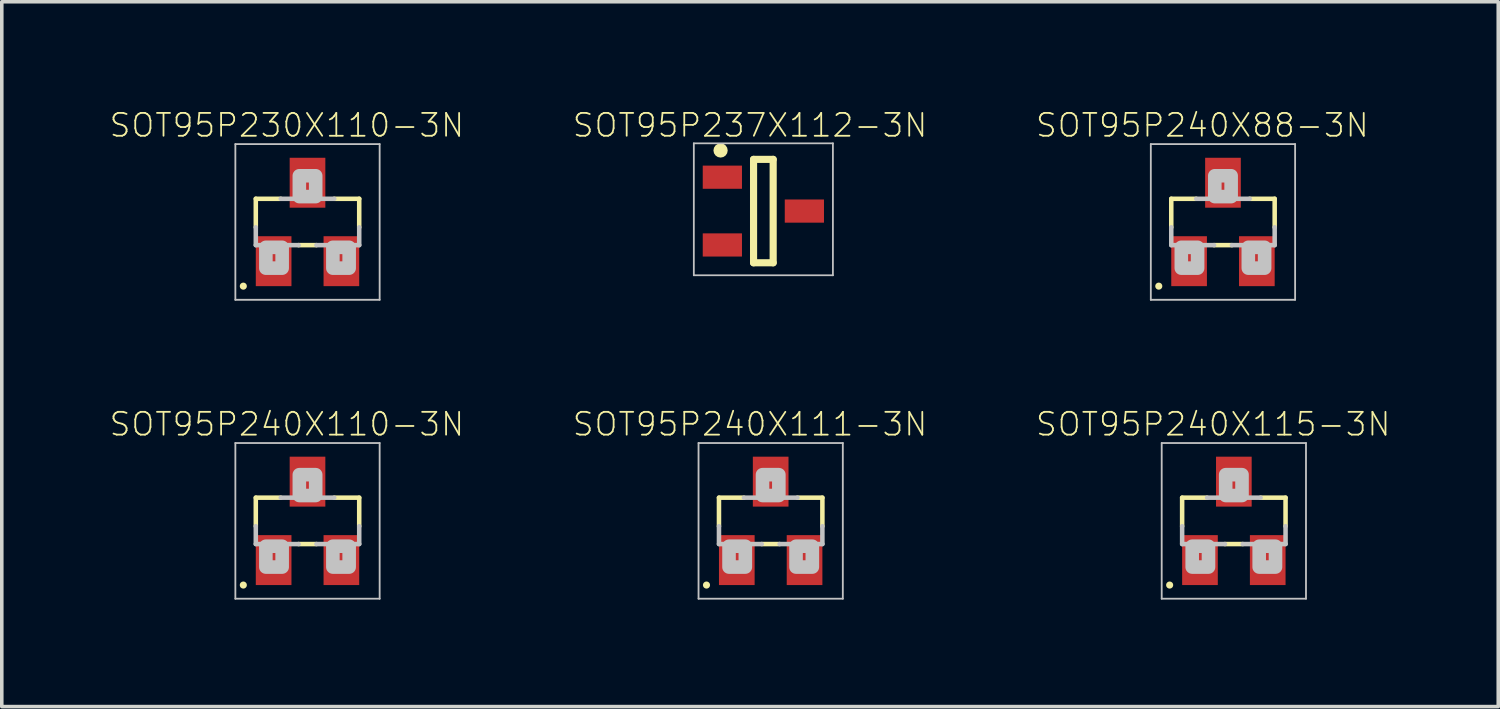
<source format=kicad_pcb>
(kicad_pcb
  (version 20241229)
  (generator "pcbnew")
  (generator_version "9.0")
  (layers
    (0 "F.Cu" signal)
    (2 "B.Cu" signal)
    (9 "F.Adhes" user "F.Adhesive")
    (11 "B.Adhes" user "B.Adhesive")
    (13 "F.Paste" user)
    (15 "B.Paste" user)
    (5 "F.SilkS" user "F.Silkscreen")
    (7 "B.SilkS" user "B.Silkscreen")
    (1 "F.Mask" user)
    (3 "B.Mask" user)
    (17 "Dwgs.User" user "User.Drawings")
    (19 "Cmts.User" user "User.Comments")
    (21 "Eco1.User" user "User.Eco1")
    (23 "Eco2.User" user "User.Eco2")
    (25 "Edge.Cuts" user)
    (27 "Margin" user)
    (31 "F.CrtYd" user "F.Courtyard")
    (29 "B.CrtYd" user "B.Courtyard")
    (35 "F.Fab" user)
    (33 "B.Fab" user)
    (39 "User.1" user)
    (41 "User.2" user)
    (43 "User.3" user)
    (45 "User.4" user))
  (footprint "SOT95P230X110-3N"
    (layer "F.Cu")
    (at 5.573 3.174)
    (property "Reference" "SOT95P230X110-3N" (at -0.579 -2.711 0) (layer "F.SilkS") (effects (font (size 0.64 0.64) (thickness 0.05))))
    (attr smd)
    (fp_line (start -1.45 -0.65) (end -1.45 0.15) (stroke (width 0.127) (type solid)) (layer "F.SilkS"))
    (fp_line (start -1.45 -0.65) (end -0.75 -0.65) (stroke (width 0.127) (type solid)) (layer "F.SilkS"))
    (fp_line (start -0.25 0.65) (end 0.25 0.65) (stroke (width 0.127) (type solid)) (layer "F.SilkS"))
    (fp_line (start 1.45 -0.65) (end 0.75 -0.65) (stroke (width 0.127) (type solid)) (layer "F.SilkS"))
    (fp_line (start 1.45 -0.65) (end 1.45 0.15) (stroke (width 0.127) (type solid)) (layer "F.SilkS"))
    (fp_circle (center -1.8 1.8) (end -1.7 1.8) (stroke (width 0) (type solid)) (fill yes) (layer "F.SilkS"))
    (fp_line (start -2.023 -2.183) (end 2.023 -2.183) (stroke (width 0.051) (type solid)) (layer "Dwgs.User"))
    (fp_line (start -2.023 2.183) (end -2.023 -2.183) (stroke (width 0.051) (type solid)) (layer "Dwgs.User"))
    (fp_line (start -1.45 0.15) (end -1.45 0.65) (stroke (width 0.127) (type solid)) (layer "Dwgs.User"))
    (fp_line (start -1.45 0.65) (end -0.25 0.65) (stroke (width 0.127) (type solid)) (layer "Dwgs.User"))
    (fp_line (start -0.75 -0.65) (end 0.75 -0.65) (stroke (width 0.127) (type solid)) (layer "Dwgs.User"))
    (fp_line (start 0.25 0.65) (end 1.45 0.65) (stroke (width 0.127) (type solid)) (layer "Dwgs.User"))
    (fp_line (start 1.45 0.65) (end 1.45 0.15) (stroke (width 0.127) (type solid)) (layer "Dwgs.User"))
    (fp_line (start 2.023 -2.183) (end 2.023 2.183) (stroke (width 0.051) (type solid)) (layer "Dwgs.User"))
    (fp_line (start 2.023 2.183) (end -2.023 2.183) (stroke (width 0.051) (type solid)) (layer "Dwgs.User"))
    (fp_poly (pts (xy -1.168 0.711) (xy -0.711 0.711) (xy -0.711 1.295) (xy -1.168 1.295)) (stroke (width 0.381) (type solid)) (fill no) (layer "Dwgs.User"))
    (fp_poly (pts (xy -0.229 -1.295) (xy 0.229 -1.295) (xy 0.229 -0.711) (xy -0.229 -0.711)) (stroke (width 0.381) (type solid)) (fill no) (layer "Dwgs.User"))
    (fp_poly (pts (xy 0.711 0.711) (xy 1.168 0.711) (xy 1.168 1.295) (xy 0.711 1.295)) (stroke (width 0.381) (type solid)) (fill no) (layer "Dwgs.User"))
    (pad "1" smd rect (at -0.95 1.1) (size 1 1.4) (layers "F.Cu" "F.Mask" "F.Paste"))
    (pad "2" smd rect (at 0.95 1.1) (size 1 1.4) (layers "F.Cu" "F.Mask" "F.Paste"))
    (pad "3" smd rect (at 0 -1.1) (size 1 1.4) (layers "F.Cu" "F.Mask" "F.Paste")))
  (footprint "SOT95P240X111-3N"
    (layer "F.Cu")
    (at 18.561 11.556)
    (property "Reference" "SOT95P240X111-3N" (at -0.579 -2.711 0) (layer "F.SilkS") (effects (font (size 0.64 0.64) (thickness 0.05))))
    (attr smd)
    (fp_line (start -1.45 -0.65) (end -1.45 0.15) (stroke (width 0.127) (type solid)) (layer "F.SilkS"))
    (fp_line (start -1.45 -0.65) (end -0.75 -0.65) (stroke (width 0.127) (type solid)) (layer "F.SilkS"))
    (fp_line (start -0.25 0.65) (end 0.25 0.65) (stroke (width 0.127) (type solid)) (layer "F.SilkS"))
    (fp_line (start 1.45 -0.65) (end 0.75 -0.65) (stroke (width 0.127) (type solid)) (layer "F.SilkS"))
    (fp_line (start 1.45 -0.65) (end 1.45 0.15) (stroke (width 0.127) (type solid)) (layer "F.SilkS"))
    (fp_circle (center -1.8 1.8) (end -1.7 1.8) (stroke (width 0) (type solid)) (fill yes) (layer "F.SilkS"))
    (fp_line (start -2.023 -2.183) (end 2.023 -2.183) (stroke (width 0.051) (type solid)) (layer "Dwgs.User"))
    (fp_line (start -2.023 2.183) (end -2.023 -2.183) (stroke (width 0.051) (type solid)) (layer "Dwgs.User"))
    (fp_line (start -1.45 0.15) (end -1.45 0.65) (stroke (width 0.127) (type solid)) (layer "Dwgs.User"))
    (fp_line (start -1.45 0.65) (end -0.25 0.65) (stroke (width 0.127) (type solid)) (layer "Dwgs.User"))
    (fp_line (start -0.75 -0.65) (end 0.75 -0.65) (stroke (width 0.127) (type solid)) (layer "Dwgs.User"))
    (fp_line (start 0.25 0.65) (end 1.45 0.65) (stroke (width 0.127) (type solid)) (layer "Dwgs.User"))
    (fp_line (start 1.45 0.65) (end 1.45 0.15) (stroke (width 0.127) (type solid)) (layer "Dwgs.User"))
    (fp_line (start 2.023 -2.183) (end 2.023 2.183) (stroke (width 0.051) (type solid)) (layer "Dwgs.User"))
    (fp_line (start 2.023 2.183) (end -2.023 2.183) (stroke (width 0.051) (type solid)) (layer "Dwgs.User"))
    (fp_poly (pts (xy -1.168 0.711) (xy -0.711 0.711) (xy -0.711 1.295) (xy -1.168 1.295)) (stroke (width 0.381) (type solid)) (fill no) (layer "Dwgs.User"))
    (fp_poly (pts (xy -0.229 -1.295) (xy 0.229 -1.295) (xy 0.229 -0.711) (xy -0.229 -0.711)) (stroke (width 0.381) (type solid)) (fill no) (layer "Dwgs.User"))
    (fp_poly (pts (xy 0.711 0.711) (xy 1.168 0.711) (xy 1.168 1.295) (xy 0.711 1.295)) (stroke (width 0.381) (type solid)) (fill no) (layer "Dwgs.User"))
    (pad "1" smd rect (at -0.95 1.1) (size 1 1.4) (layers "F.Cu" "F.Mask" "F.Paste"))
    (pad "2" smd rect (at 0.95 1.1) (size 1 1.4) (layers "F.Cu" "F.Mask" "F.Paste"))
    (pad "3" smd rect (at 0 -1.1) (size 1 1.4) (layers "F.Cu" "F.Mask" "F.Paste")))
  (footprint "SOT95P240X110-3N"
    (layer "F.Cu")
    (at 5.573 11.556)
    (property "Reference" "SOT95P240X110-3N" (at -0.579 -2.711 0) (layer "F.SilkS") (effects (font (size 0.64 0.64) (thickness 0.05))))
    (attr smd)
    (fp_line (start -1.45 -0.65) (end -1.45 0.15) (stroke (width 0.127) (type solid)) (layer "F.SilkS"))
    (fp_line (start -1.45 -0.65) (end -0.75 -0.65) (stroke (width 0.127) (type solid)) (layer "F.SilkS"))
    (fp_line (start -0.25 0.65) (end 0.25 0.65) (stroke (width 0.127) (type solid)) (layer "F.SilkS"))
    (fp_line (start 1.45 -0.65) (end 0.75 -0.65) (stroke (width 0.127) (type solid)) (layer "F.SilkS"))
    (fp_line (start 1.45 -0.65) (end 1.45 0.15) (stroke (width 0.127) (type solid)) (layer "F.SilkS"))
    (fp_circle (center -1.8 1.8) (end -1.7 1.8) (stroke (width 0) (type solid)) (fill yes) (layer "F.SilkS"))
    (fp_line (start -2.023 -2.183) (end 2.023 -2.183) (stroke (width 0.051) (type solid)) (layer "Dwgs.User"))
    (fp_line (start -2.023 2.183) (end -2.023 -2.183) (stroke (width 0.051) (type solid)) (layer "Dwgs.User"))
    (fp_line (start -1.45 0.15) (end -1.45 0.65) (stroke (width 0.127) (type solid)) (layer "Dwgs.User"))
    (fp_line (start -1.45 0.65) (end -0.25 0.65) (stroke (width 0.127) (type solid)) (layer "Dwgs.User"))
    (fp_line (start -0.75 -0.65) (end 0.75 -0.65) (stroke (width 0.127) (type solid)) (layer "Dwgs.User"))
    (fp_line (start 0.25 0.65) (end 1.45 0.65) (stroke (width 0.127) (type solid)) (layer "Dwgs.User"))
    (fp_line (start 1.45 0.65) (end 1.45 0.15) (stroke (width 0.127) (type solid)) (layer "Dwgs.User"))
    (fp_line (start 2.023 -2.183) (end 2.023 2.183) (stroke (width 0.051) (type solid)) (layer "Dwgs.User"))
    (fp_line (start 2.023 2.183) (end -2.023 2.183) (stroke (width 0.051) (type solid)) (layer "Dwgs.User"))
    (fp_poly (pts (xy -1.168 0.711) (xy -0.711 0.711) (xy -0.711 1.295) (xy -1.168 1.295)) (stroke (width 0.381) (type solid)) (fill no) (layer "Dwgs.User"))
    (fp_poly (pts (xy -0.229 -1.295) (xy 0.229 -1.295) (xy 0.229 -0.711) (xy -0.229 -0.711)) (stroke (width 0.381) (type solid)) (fill no) (layer "Dwgs.User"))
    (fp_poly (pts (xy 0.711 0.711) (xy 1.168 0.711) (xy 1.168 1.295) (xy 0.711 1.295)) (stroke (width 0.381) (type solid)) (fill no) (layer "Dwgs.User"))
    (pad "1" smd rect (at -0.95 1.1) (size 1 1.4) (layers "F.Cu" "F.Mask" "F.Paste"))
    (pad "2" smd rect (at 0.95 1.1) (size 1 1.4) (layers "F.Cu" "F.Mask" "F.Paste"))
    (pad "3" smd rect (at 0 -1.1) (size 1 1.4) (layers "F.Cu" "F.Mask" "F.Paste")))
  (footprint "SOT95P240X88-3N"
    (layer "F.Cu")
    (at 31.244 3.174)
    (property "Reference" "SOT95P240X88-3N" (at -0.579 -2.711 0) (layer "F.SilkS") (effects (font (size 0.64 0.64) (thickness 0.05))))
    (attr smd)
    (fp_line (start -1.45 -0.65) (end -1.45 0.15) (stroke (width 0.127) (type solid)) (layer "F.SilkS"))
    (fp_line (start -1.45 -0.65) (end -0.75 -0.65) (stroke (width 0.127) (type solid)) (layer "F.SilkS"))
    (fp_line (start -0.25 0.65) (end 0.25 0.65) (stroke (width 0.127) (type solid)) (layer "F.SilkS"))
    (fp_line (start 1.45 -0.65) (end 0.75 -0.65) (stroke (width 0.127) (type solid)) (layer "F.SilkS"))
    (fp_line (start 1.45 -0.65) (end 1.45 0.15) (stroke (width 0.127) (type solid)) (layer "F.SilkS"))
    (fp_circle (center -1.8 1.8) (end -1.7 1.8) (stroke (width 0) (type solid)) (fill yes) (layer "F.SilkS"))
    (fp_line (start -2.023 -2.183) (end 2.023 -2.183) (stroke (width 0.051) (type solid)) (layer "Dwgs.User"))
    (fp_line (start -2.023 2.183) (end -2.023 -2.183) (stroke (width 0.051) (type solid)) (layer "Dwgs.User"))
    (fp_line (start -1.45 0.15) (end -1.45 0.65) (stroke (width 0.127) (type solid)) (layer "Dwgs.User"))
    (fp_line (start -1.45 0.65) (end -0.25 0.65) (stroke (width 0.127) (type solid)) (layer "Dwgs.User"))
    (fp_line (start -0.75 -0.65) (end 0.75 -0.65) (stroke (width 0.127) (type solid)) (layer "Dwgs.User"))
    (fp_line (start 0.25 0.65) (end 1.45 0.65) (stroke (width 0.127) (type solid)) (layer "Dwgs.User"))
    (fp_line (start 1.45 0.65) (end 1.45 0.15) (stroke (width 0.127) (type solid)) (layer "Dwgs.User"))
    (fp_line (start 2.023 -2.183) (end 2.023 2.183) (stroke (width 0.051) (type solid)) (layer "Dwgs.User"))
    (fp_line (start 2.023 2.183) (end -2.023 2.183) (stroke (width 0.051) (type solid)) (layer "Dwgs.User"))
    (fp_poly (pts (xy -1.168 0.711) (xy -0.711 0.711) (xy -0.711 1.295) (xy -1.168 1.295)) (stroke (width 0.381) (type solid)) (fill no) (layer "Dwgs.User"))
    (fp_poly (pts (xy -0.229 -1.295) (xy 0.229 -1.295) (xy 0.229 -0.711) (xy -0.229 -0.711)) (stroke (width 0.381) (type solid)) (fill no) (layer "Dwgs.User"))
    (fp_poly (pts (xy 0.711 0.711) (xy 1.168 0.711) (xy 1.168 1.295) (xy 0.711 1.295)) (stroke (width 0.381) (type solid)) (fill no) (layer "Dwgs.User"))
    (pad "1" smd rect (at -0.95 1.1) (size 1 1.4) (layers "F.Cu" "F.Mask" "F.Paste"))
    (pad "2" smd rect (at 0.95 1.1) (size 1 1.4) (layers "F.Cu" "F.Mask" "F.Paste"))
    (pad "3" smd rect (at 0 -1.1) (size 1 1.4) (layers "F.Cu" "F.Mask" "F.Paste")))
  (footprint "SOT95P237X112-3N"
    (layer "F.Cu")
    (at 18.356 2.869)
    (property "Reference" "SOT95P237X112-3N" (at -0.374 -2.406 0) (layer "F.SilkS") (effects (font (size 0.64 0.64) (thickness 0.05))))
    (attr smd)
    (fp_line (start -0.275 -1.45) (end 0.275 -1.45) (stroke (width 0.2) (type solid)) (layer "F.SilkS"))
    (fp_line (start -0.275 1.45) (end -0.275 -1.45) (stroke (width 0.2) (type solid)) (layer "F.SilkS"))
    (fp_line (start 0.275 -1.45) (end 0.275 1.45) (stroke (width 0.2) (type solid)) (layer "F.SilkS"))
    (fp_line (start 0.275 1.45) (end -0.275 1.45) (stroke (width 0.2) (type solid)) (layer "F.SilkS"))
    (fp_circle (center -1.2 -1.7) (end -1.1 -1.7) (stroke (width 0.2) (type solid)) (fill no) (layer "F.SilkS"))
    (fp_line (start -1.95 -1.9) (end 1.95 -1.9) (stroke (width 0.05) (type solid)) (layer "Dwgs.User"))
    (fp_line (start -1.95 1.8) (end -1.95 -1.9) (stroke (width 0.05) (type solid)) (layer "Dwgs.User"))
    (fp_line (start 1.95 -1.9) (end 1.95 1.8) (stroke (width 0.05) (type solid)) (layer "Dwgs.User"))
    (fp_line (start 1.95 1.8) (end -1.95 1.8) (stroke (width 0.05) (type solid)) (layer "Dwgs.User"))
    (pad "1" smd rect (at -1.15 -0.95) (size 1.1 0.65) (layers "F.Cu" "F.Mask" "F.Paste"))
    (pad "2" smd rect (at -1.15 0.95) (size 1.1 0.65) (layers "F.Cu" "F.Mask" "F.Paste"))
    (pad "3" smd rect (at 1.15 0 180) (size 1.1 0.65) (layers "F.Cu" "F.Mask" "F.Paste")))
  (footprint "SOT95P240X115-3N"
    (layer "F.Cu")
    (at 31.549 11.556)
    (property "Reference" "SOT95P240X115-3N" (at -0.579 -2.711 0) (layer "F.SilkS") (effects (font (size 0.64 0.64) (thickness 0.05))))
    (attr smd)
    (fp_line (start -1.45 -0.65) (end -1.45 0.15) (stroke (width 0.127) (type solid)) (layer "F.SilkS"))
    (fp_line (start -1.45 -0.65) (end -0.75 -0.65) (stroke (width 0.127) (type solid)) (layer "F.SilkS"))
    (fp_line (start -0.25 0.65) (end 0.25 0.65) (stroke (width 0.127) (type solid)) (layer "F.SilkS"))
    (fp_line (start 1.45 -0.65) (end 0.75 -0.65) (stroke (width 0.127) (type solid)) (layer "F.SilkS"))
    (fp_line (start 1.45 -0.65) (end 1.45 0.15) (stroke (width 0.127) (type solid)) (layer "F.SilkS"))
    (fp_circle (center -1.8 1.8) (end -1.7 1.8) (stroke (width 0) (type solid)) (fill yes) (layer "F.SilkS"))
    (fp_line (start -2.023 -2.183) (end 2.023 -2.183) (stroke (width 0.051) (type solid)) (layer "Dwgs.User"))
    (fp_line (start -2.023 2.183) (end -2.023 -2.183) (stroke (width 0.051) (type solid)) (layer "Dwgs.User"))
    (fp_line (start -1.45 0.15) (end -1.45 0.65) (stroke (width 0.127) (type solid)) (layer "Dwgs.User"))
    (fp_line (start -1.45 0.65) (end -0.25 0.65) (stroke (width 0.127) (type solid)) (layer "Dwgs.User"))
    (fp_line (start -0.75 -0.65) (end 0.75 -0.65) (stroke (width 0.127) (type solid)) (layer "Dwgs.User"))
    (fp_line (start 0.25 0.65) (end 1.45 0.65) (stroke (width 0.127) (type solid)) (layer "Dwgs.User"))
    (fp_line (start 1.45 0.65) (end 1.45 0.15) (stroke (width 0.127) (type solid)) (layer "Dwgs.User"))
    (fp_line (start 2.023 -2.183) (end 2.023 2.183) (stroke (width 0.051) (type solid)) (layer "Dwgs.User"))
    (fp_line (start 2.023 2.183) (end -2.023 2.183) (stroke (width 0.051) (type solid)) (layer "Dwgs.User"))
    (fp_poly (pts (xy -1.168 0.711) (xy -0.711 0.711) (xy -0.711 1.295) (xy -1.168 1.295)) (stroke (width 0.381) (type solid)) (fill no) (layer "Dwgs.User"))
    (fp_poly (pts (xy -0.229 -1.295) (xy 0.229 -1.295) (xy 0.229 -0.711) (xy -0.229 -0.711)) (stroke (width 0.381) (type solid)) (fill no) (layer "Dwgs.User"))
    (fp_poly (pts (xy 0.711 0.711) (xy 1.168 0.711) (xy 1.168 1.295) (xy 0.711 1.295)) (stroke (width 0.381) (type solid)) (fill no) (layer "Dwgs.User"))
    (pad "1" smd rect (at -0.95 1.1) (size 1 1.4) (layers "F.Cu" "F.Mask" "F.Paste"))
    (pad "2" smd rect (at 0.95 1.1) (size 1 1.4) (layers "F.Cu" "F.Mask" "F.Paste"))
    (pad "3" smd rect (at 0 -1.1) (size 1 1.4) (layers "F.Cu" "F.Mask" "F.Paste")))
  (gr_rect
    (start -3 -3)
    (end 38.963 16.764)
    (stroke (width 0.1) (type default))
    (fill no)
    (layer "Edge.Cuts")))
</source>
